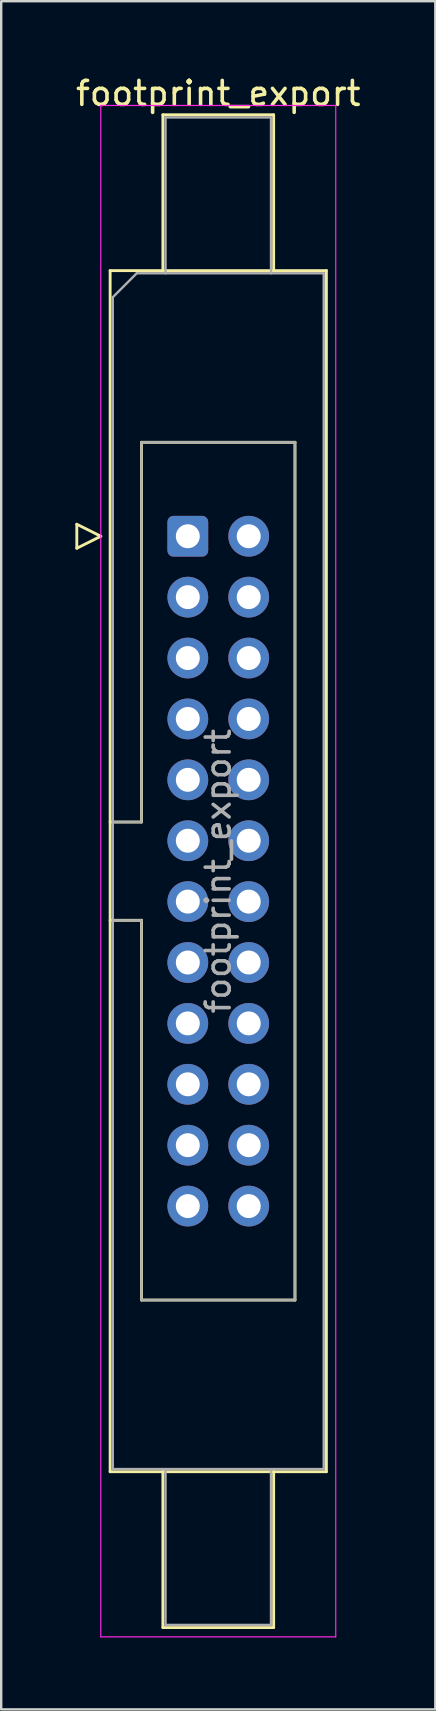
<source format=kicad_pcb>
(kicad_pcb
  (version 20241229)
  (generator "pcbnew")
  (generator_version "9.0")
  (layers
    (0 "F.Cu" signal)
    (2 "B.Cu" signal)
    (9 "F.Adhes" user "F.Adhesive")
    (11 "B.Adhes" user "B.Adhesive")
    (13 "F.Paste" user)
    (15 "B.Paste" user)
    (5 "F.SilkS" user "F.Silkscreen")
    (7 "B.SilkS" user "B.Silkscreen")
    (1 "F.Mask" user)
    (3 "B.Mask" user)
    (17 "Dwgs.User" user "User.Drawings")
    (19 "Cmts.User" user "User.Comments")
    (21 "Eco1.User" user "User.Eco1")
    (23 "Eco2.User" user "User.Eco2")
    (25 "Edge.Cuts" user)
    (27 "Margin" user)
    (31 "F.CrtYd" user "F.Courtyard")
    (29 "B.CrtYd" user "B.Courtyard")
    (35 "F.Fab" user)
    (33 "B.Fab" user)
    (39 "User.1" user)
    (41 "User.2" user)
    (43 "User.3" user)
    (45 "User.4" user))
  (footprint "footprint_export"
    (layer "F.Cu")
    (at 4.784 19.318)
    (property "Reference" "footprint_export" (at 1.27 -18.47 0) (layer "F.SilkS") (effects (font (size 1 1) (thickness 0.15))))
    (attr through_hole)
    (fp_line (start -4.63 -0.5) (end -4.63 0.5) (stroke (width 0.12) (type solid)) (layer "F.SilkS"))
    (fp_line (start -4.63 0.5) (end -3.63 0) (stroke (width 0.12) (type solid)) (layer "F.SilkS"))
    (fp_line (start -3.63 0) (end -4.63 -0.5) (stroke (width 0.12) (type solid)) (layer "F.SilkS"))
    (fp_line (start -3.24 -11.08) (end 5.78 -11.08) (stroke (width 0.12) (type solid)) (layer "F.SilkS"))
    (fp_line (start -3.24 11.92) (end -1.93 11.92) (stroke (width 0.12) (type solid)) (layer "F.SilkS"))
    (fp_line (start -3.24 39.02) (end -3.24 -11.08) (stroke (width 0.12) (type solid)) (layer "F.SilkS"))
    (fp_line (start -1.93 -3.92) (end 4.47 -3.92) (stroke (width 0.12) (type solid)) (layer "F.SilkS"))
    (fp_line (start -1.93 11.92) (end -1.93 -3.92) (stroke (width 0.12) (type solid)) (layer "F.SilkS"))
    (fp_line (start -1.93 16.02) (end -3.24 16.02) (stroke (width 0.12) (type solid)) (layer "F.SilkS"))
    (fp_line (start -1.93 16.02) (end -1.93 16.02) (stroke (width 0.12) (type solid)) (layer "F.SilkS"))
    (fp_line (start -1.93 31.86) (end -1.93 16.02) (stroke (width 0.12) (type solid)) (layer "F.SilkS"))
    (fp_line (start -1.04 -17.58) (end 3.58 -17.58) (stroke (width 0.12) (type solid)) (layer "F.SilkS"))
    (fp_line (start -1.04 -11.08) (end -1.04 -17.58) (stroke (width 0.12) (type solid)) (layer "F.SilkS"))
    (fp_line (start -1.04 39.02) (end -1.04 45.52) (stroke (width 0.12) (type solid)) (layer "F.SilkS"))
    (fp_line (start -1.04 45.52) (end 3.58 45.52) (stroke (width 0.12) (type solid)) (layer "F.SilkS"))
    (fp_line (start 3.58 -17.58) (end 3.58 -11.08) (stroke (width 0.12) (type solid)) (layer "F.SilkS"))
    (fp_line (start 3.58 45.52) (end 3.58 39.02) (stroke (width 0.12) (type solid)) (layer "F.SilkS"))
    (fp_line (start 4.47 -3.92) (end 4.47 31.86) (stroke (width 0.12) (type solid)) (layer "F.SilkS"))
    (fp_line (start 4.47 31.86) (end -1.93 31.86) (stroke (width 0.12) (type solid)) (layer "F.SilkS"))
    (fp_line (start 5.78 -11.08) (end 5.78 39.02) (stroke (width 0.12) (type solid)) (layer "F.SilkS"))
    (fp_line (start 5.78 39.02) (end -3.24 39.02) (stroke (width 0.12) (type solid)) (layer "F.SilkS"))
    (fp_line (start -3.63 -17.97) (end -3.63 45.91) (stroke (width 0.05) (type solid)) (layer "F.CrtYd"))
    (fp_line (start -3.63 45.91) (end 6.17 45.91) (stroke (width 0.05) (type solid)) (layer "F.CrtYd"))
    (fp_line (start 6.17 -17.97) (end -3.63 -17.97) (stroke (width 0.05) (type solid)) (layer "F.CrtYd"))
    (fp_line (start 6.17 45.91) (end 6.17 -17.97) (stroke (width 0.05) (type solid)) (layer "F.CrtYd"))
    (fp_line (start -3.13 -9.97) (end -2.13 -10.97) (stroke (width 0.1) (type solid)) (layer "F.Fab"))
    (fp_line (start -3.13 11.92) (end -1.93 11.92) (stroke (width 0.1) (type solid)) (layer "F.Fab"))
    (fp_line (start -3.13 38.91) (end -3.13 -9.97) (stroke (width 0.1) (type solid)) (layer "F.Fab"))
    (fp_line (start -2.13 -10.97) (end 5.67 -10.97) (stroke (width 0.1) (type solid)) (layer "F.Fab"))
    (fp_line (start -1.93 -3.92) (end 4.47 -3.92) (stroke (width 0.1) (type solid)) (layer "F.Fab"))
    (fp_line (start -1.93 11.92) (end -1.93 -3.92) (stroke (width 0.1) (type solid)) (layer "F.Fab"))
    (fp_line (start -1.93 16.02) (end -3.13 16.02) (stroke (width 0.1) (type solid)) (layer "F.Fab"))
    (fp_line (start -1.93 16.02) (end -1.93 16.02) (stroke (width 0.1) (type solid)) (layer "F.Fab"))
    (fp_line (start -1.93 31.86) (end -1.93 16.02) (stroke (width 0.1) (type solid)) (layer "F.Fab"))
    (fp_line (start -0.93 -17.47) (end 3.47 -17.47) (stroke (width 0.1) (type solid)) (layer "F.Fab"))
    (fp_line (start -0.93 -10.97) (end -0.93 -17.47) (stroke (width 0.1) (type solid)) (layer "F.Fab"))
    (fp_line (start -0.93 38.91) (end -0.93 45.41) (stroke (width 0.1) (type solid)) (layer "F.Fab"))
    (fp_line (start -0.93 45.41) (end 3.47 45.41) (stroke (width 0.1) (type solid)) (layer "F.Fab"))
    (fp_line (start 3.47 -17.47) (end 3.47 -10.97) (stroke (width 0.1) (type solid)) (layer "F.Fab"))
    (fp_line (start 3.47 45.41) (end 3.47 38.91) (stroke (width 0.1) (type solid)) (layer "F.Fab"))
    (fp_line (start 4.47 -3.92) (end 4.47 31.86) (stroke (width 0.1) (type solid)) (layer "F.Fab"))
    (fp_line (start 4.47 31.86) (end -1.93 31.86) (stroke (width 0.1) (type solid)) (layer "F.Fab"))
    (fp_line (start 5.67 -10.97) (end 5.67 38.91) (stroke (width 0.1) (type solid)) (layer "F.Fab"))
    (fp_line (start 5.67 38.91) (end -3.13 38.91) (stroke (width 0.1) (type solid)) (layer "F.Fab"))
    (fp_text user "${REFERENCE}" (at 1.27 13.97 90) (layer "F.Fab") (effects (font (size 1 1) (thickness 0.15))))
    (pad "1" thru_hole roundrect (at 0 0) (size 1.7 1.7) (drill 1) (layers "*.Cu" "*.Mask") (roundrect_rratio 0.147))
    (pad "2" thru_hole circle (at 2.54 0) (size 1.7 1.7) (drill 1) (layers "*.Cu" "*.Mask"))
    (pad "3" thru_hole circle (at 0 2.54) (size 1.7 1.7) (drill 1) (layers "*.Cu" "*.Mask"))
    (pad "4" thru_hole circle (at 2.54 2.54) (size 1.7 1.7) (drill 1) (layers "*.Cu" "*.Mask"))
    (pad "5" thru_hole circle (at 0 5.08) (size 1.7 1.7) (drill 1) (layers "*.Cu" "*.Mask"))
    (pad "6" thru_hole circle (at 2.54 5.08) (size 1.7 1.7) (drill 1) (layers "*.Cu" "*.Mask"))
    (pad "7" thru_hole circle (at 0 7.62) (size 1.7 1.7) (drill 1) (layers "*.Cu" "*.Mask"))
    (pad "8" thru_hole circle (at 2.54 7.62) (size 1.7 1.7) (drill 1) (layers "*.Cu" "*.Mask"))
    (pad "9" thru_hole circle (at 0 10.16) (size 1.7 1.7) (drill 1) (layers "*.Cu" "*.Mask"))
    (pad "10" thru_hole circle (at 2.54 10.16) (size 1.7 1.7) (drill 1) (layers "*.Cu" "*.Mask"))
    (pad "11" thru_hole circle (at 0 12.7) (size 1.7 1.7) (drill 1) (layers "*.Cu" "*.Mask"))
    (pad "12" thru_hole circle (at 2.54 12.7) (size 1.7 1.7) (drill 1) (layers "*.Cu" "*.Mask"))
    (pad "13" thru_hole circle (at 0 15.24) (size 1.7 1.7) (drill 1) (layers "*.Cu" "*.Mask"))
    (pad "14" thru_hole circle (at 2.54 15.24) (size 1.7 1.7) (drill 1) (layers "*.Cu" "*.Mask"))
    (pad "15" thru_hole circle (at 0 17.78) (size 1.7 1.7) (drill 1) (layers "*.Cu" "*.Mask"))
    (pad "16" thru_hole circle (at 2.54 17.78) (size 1.7 1.7) (drill 1) (layers "*.Cu" "*.Mask"))
    (pad "17" thru_hole circle (at 0 20.32) (size 1.7 1.7) (drill 1) (layers "*.Cu" "*.Mask"))
    (pad "18" thru_hole circle (at 2.54 20.32) (size 1.7 1.7) (drill 1) (layers "*.Cu" "*.Mask"))
    (pad "19" thru_hole circle (at 0 22.86) (size 1.7 1.7) (drill 1) (layers "*.Cu" "*.Mask"))
    (pad "20" thru_hole circle (at 2.54 22.86) (size 1.7 1.7) (drill 1) (layers "*.Cu" "*.Mask"))
    (pad "21" thru_hole circle (at 0 25.4) (size 1.7 1.7) (drill 1) (layers "*.Cu" "*.Mask"))
    (pad "22" thru_hole circle (at 2.54 25.4) (size 1.7 1.7) (drill 1) (layers "*.Cu" "*.Mask"))
    (pad "23" thru_hole circle (at 0 27.94) (size 1.7 1.7) (drill 1) (layers "*.Cu" "*.Mask"))
    (pad "24" thru_hole circle (at 2.54 27.94) (size 1.7 1.7) (drill 1) (layers "*.Cu" "*.Mask")))
  (gr_rect
    (start -3 -3)
    (end 15.107 68.253)
    (stroke (width 0.1) (type default))
    (fill no)
    (layer "Edge.Cuts")))
</source>
